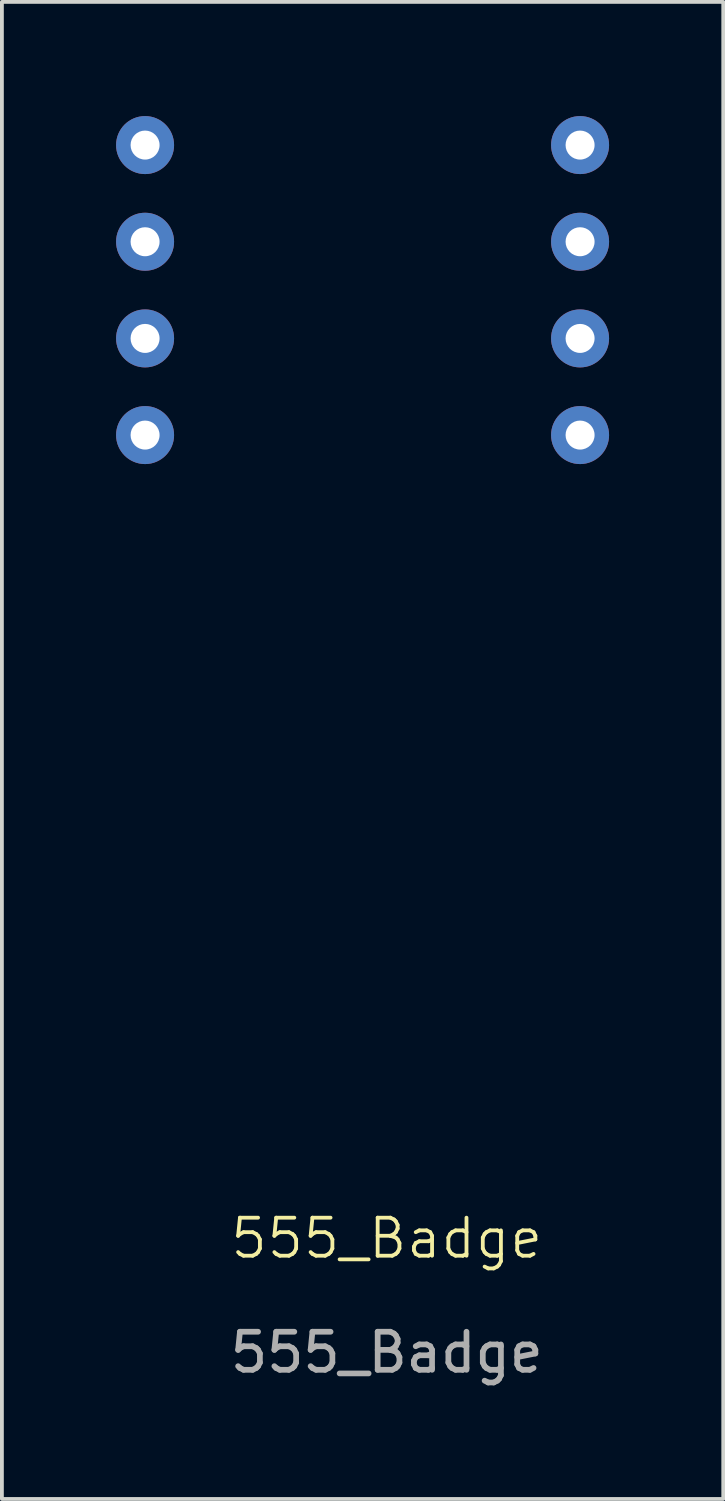
<source format=kicad_pcb>
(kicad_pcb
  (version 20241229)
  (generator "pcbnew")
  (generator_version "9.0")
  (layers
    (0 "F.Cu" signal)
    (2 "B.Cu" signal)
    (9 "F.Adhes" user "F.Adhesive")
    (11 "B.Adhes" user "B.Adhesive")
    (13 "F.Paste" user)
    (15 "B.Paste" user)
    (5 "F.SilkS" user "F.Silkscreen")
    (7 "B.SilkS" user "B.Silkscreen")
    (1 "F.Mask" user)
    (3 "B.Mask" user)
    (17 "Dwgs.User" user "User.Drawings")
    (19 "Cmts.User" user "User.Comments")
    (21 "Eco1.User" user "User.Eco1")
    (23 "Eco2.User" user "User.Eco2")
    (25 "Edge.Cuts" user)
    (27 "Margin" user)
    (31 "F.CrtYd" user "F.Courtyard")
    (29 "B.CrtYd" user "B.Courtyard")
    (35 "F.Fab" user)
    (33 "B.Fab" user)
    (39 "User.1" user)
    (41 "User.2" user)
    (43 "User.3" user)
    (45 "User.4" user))
  (footprint "555_Badge"
    (layer "F.Cu")
    (at 7.112 10.922)
    (property "Reference" "555_Badge" (at 0 18.566 0) (unlocked yes) (layer "F.SilkS") (effects (font (size 1 1) (thickness 0.1))))
    (attr through_hole)
    (fp_text user "${REFERENCE}" (at 0 21.566 0) (unlocked yes) (layer "F.Fab") (effects (font (size 1 1) (thickness 0.15))))
    (pad "1" thru_hole circle (at -6.35 -10.16) (size 1.524 1.524) (drill 0.762) (layers "*.Cu" "*.Mask"))
    (pad "2" thru_hole circle (at -6.35 -7.62) (size 1.524 1.524) (drill 0.762) (layers "*.Cu" "*.Mask"))
    (pad "3" thru_hole circle (at -6.35 -5.08) (size 1.524 1.524) (drill 0.762) (layers "*.Cu" "*.Mask"))
    (pad "4" thru_hole circle (at -6.35 -2.54) (size 1.524 1.524) (drill 0.762) (layers "*.Cu" "*.Mask"))
    (pad "5" thru_hole circle (at 5.08 -2.54) (size 1.524 1.524) (drill 0.762) (layers "*.Cu" "*.Mask"))
    (pad "6" thru_hole circle (at 5.08 -5.08) (size 1.524 1.524) (drill 0.762) (layers "*.Cu" "*.Mask"))
    (pad "7" thru_hole circle (at 5.08 -7.62) (size 1.524 1.524) (drill 0.762) (layers "*.Cu" "*.Mask"))
    (pad "8" thru_hole circle (at 5.08 -10.16) (size 1.524 1.524) (drill 0.762) (layers "*.Cu" "*.Mask")))
  (gr_rect
    (start -3 -3)
    (end 15.954 36.336)
    (stroke (width 0.1) (type default))
    (fill no)
    (layer "Edge.Cuts")))
</source>
